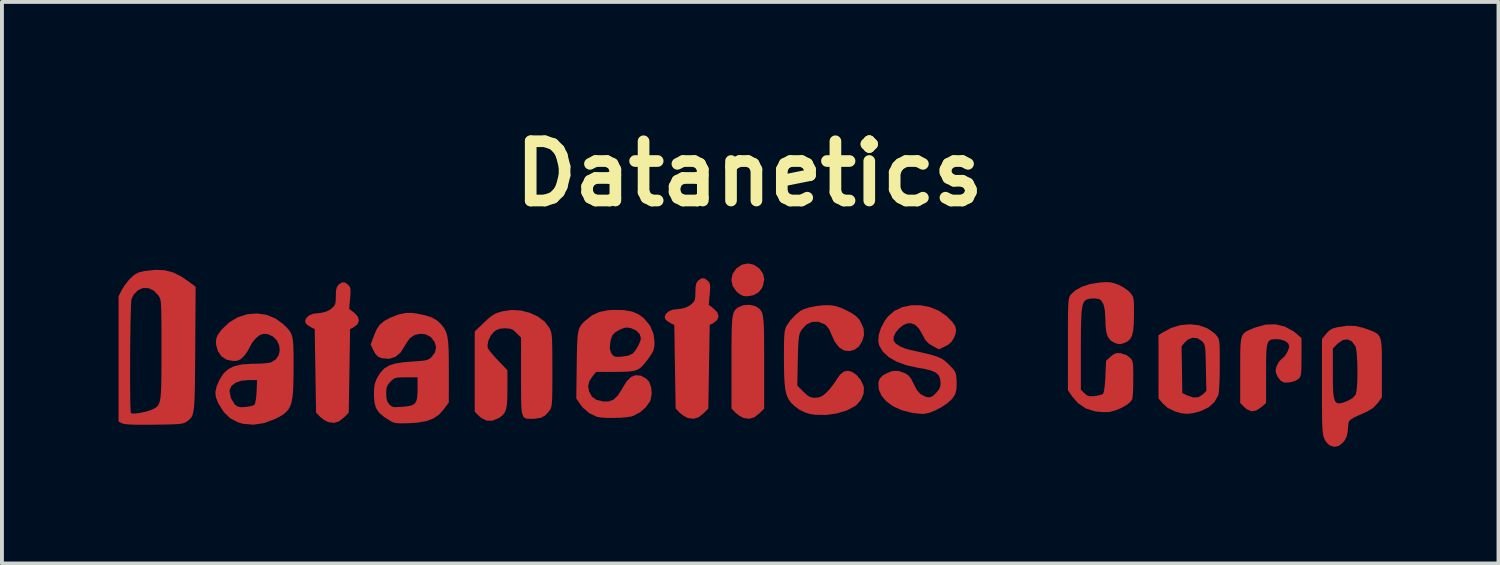
<source format=kicad_pcb>
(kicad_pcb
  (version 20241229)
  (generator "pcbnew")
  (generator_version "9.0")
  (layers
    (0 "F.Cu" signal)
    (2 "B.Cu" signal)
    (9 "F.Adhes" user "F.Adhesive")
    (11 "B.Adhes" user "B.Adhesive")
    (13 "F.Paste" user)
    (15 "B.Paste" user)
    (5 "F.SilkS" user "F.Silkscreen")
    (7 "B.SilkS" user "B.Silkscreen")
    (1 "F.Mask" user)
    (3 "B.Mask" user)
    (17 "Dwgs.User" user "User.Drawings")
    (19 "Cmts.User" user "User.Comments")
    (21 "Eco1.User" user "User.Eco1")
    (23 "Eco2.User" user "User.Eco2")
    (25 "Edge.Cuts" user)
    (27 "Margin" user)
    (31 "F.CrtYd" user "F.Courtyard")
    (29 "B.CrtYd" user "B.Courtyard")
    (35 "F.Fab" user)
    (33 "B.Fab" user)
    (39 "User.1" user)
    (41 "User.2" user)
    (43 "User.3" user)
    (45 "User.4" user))
  (footprint "Datanetics"
    (layer "F.Cu")
    (at 16.203 5.99)
    (property "Reference" "Datanetics" (at 0.022 -4.572 0) (layer "F.SilkS") (effects (font (size 1.524 1.524) (thickness 0.3))))
    (attr board_only exclude_from_pos_files exclude_from_bom)
    (fp_poly (pts (xy 0.136 -2.231) (xy 0.277 -2.135) (xy 0.278 -2.134) (xy 0.374 -2.002) (xy 0.405 -1.858) (xy 0.372 -1.694) (xy 0.341 -1.621) (xy 0.256 -1.518) (xy 0.127 -1.447) (xy -0.026 -1.418) (xy -0.131 -1.426) (xy -0.206 -1.46) (xy -0.293 -1.525) (xy -0.31 -1.542) (xy -0.408 -1.683) (xy -0.441 -1.837) (xy -0.41 -1.992) (xy -0.315 -2.132) (xy -0.313 -2.134) (xy -0.173 -2.231) (xy -0.018 -2.263)) (stroke (width 0) (type solid)) (fill yes) (layer "F.Cu"))
    (fp_poly (pts (xy 0.161 -1.171) (xy 0.214 -1.144) (xy 0.263 -1.11) (xy 0.302 -1.075) (xy 0.334 -1.029) (xy 0.358 -0.968) (xy 0.375 -0.882) (xy 0.388 -0.765) (xy 0.396 -0.609) (xy 0.4 -0.408) (xy 0.402 -0.154) (xy 0.403 0.16) (xy 0.403 0.285) (xy 0.403 1.47) (xy 0.28 1.591) (xy 0.151 1.693) (xy 0.024 1.732) (xy -0.116 1.714) (xy -0.129 1.709) (xy -0.229 1.659) (xy -0.327 1.582) (xy -0.339 1.57) (xy -0.438 1.467) (xy -0.438 0.283) (xy -0.438 -0.054) (xy -0.436 -0.328) (xy -0.433 -0.546) (xy -0.426 -0.716) (xy -0.415 -0.846) (xy -0.399 -0.941) (xy -0.378 -1.011) (xy -0.349 -1.061) (xy -0.312 -1.099) (xy -0.267 -1.133) (xy -0.249 -1.144) (xy -0.126 -1.191) (xy 0.022 -1.199)) (stroke (width 0) (type solid)) (fill yes) (layer "F.Cu"))
    (fp_poly (pts (xy -10.373 -1.771) (xy -10.297 -1.713) (xy -10.26 -1.67) (xy -10.241 -1.618) (xy -10.236 -1.541) (xy -10.243 -1.419) (xy -10.248 -1.367) (xy -10.272 -1.095) (xy -10.146 -0.999) (xy -10.049 -0.896) (xy -10.02 -0.794) (xy -10.057 -0.699) (xy -10.161 -0.619) (xy -10.164 -0.618) (xy -10.248 -0.576) (xy -10.265 0.5) (xy -10.283 1.575) (xy -10.405 1.697) (xy -10.535 1.798) (xy -10.661 1.837) (xy -10.802 1.819) (xy -10.815 1.815) (xy -10.914 1.764) (xy -11.013 1.687) (xy -11.025 1.675) (xy -11.123 1.572) (xy -11.141 0.497) (xy -11.158 -0.577) (xy -11.25 -0.621) (xy -11.335 -0.673) (xy -11.387 -0.72) (xy -11.406 -0.788) (xy -11.372 -0.863) (xy -11.3 -0.929) (xy -11.203 -0.968) (xy -11.173 -0.973) (xy -10.996 -0.992) (xy -10.869 -1.023) (xy -10.771 -1.071) (xy -10.722 -1.108) (xy -10.663 -1.163) (xy -10.631 -1.22) (xy -10.618 -1.301) (xy -10.615 -1.422) (xy -10.61 -1.559) (xy -10.591 -1.647) (xy -10.554 -1.708) (xy -10.545 -1.717) (xy -10.457 -1.778)) (stroke (width 0) (type solid)) (fill yes) (layer "F.Cu"))
    (fp_poly (pts (xy -1.124 -1.876) (xy -1.048 -1.818) (xy -1.011 -1.775) (xy -0.991 -1.724) (xy -0.987 -1.646) (xy -0.994 -1.525) (xy -0.998 -1.472) (xy -1.023 -1.2) (xy -0.897 -1.104) (xy -0.8 -1.002) (xy -0.771 -0.899) (xy -0.808 -0.804) (xy -0.912 -0.724) (xy -0.915 -0.723) (xy -0.998 -0.681) (xy -1.016 0.395) (xy -1.034 1.47) (xy -1.156 1.591) (xy -1.286 1.693) (xy -1.412 1.732) (xy -1.553 1.713) (xy -1.565 1.709) (xy -1.665 1.659) (xy -1.764 1.582) (xy -1.776 1.57) (xy -1.874 1.467) (xy -1.892 0.392) (xy -1.909 -0.682) (xy -2.001 -0.726) (xy -2.086 -0.778) (xy -2.138 -0.825) (xy -2.157 -0.893) (xy -2.123 -0.968) (xy -2.051 -1.034) (xy -1.954 -1.073) (xy -1.923 -1.078) (xy -1.746 -1.097) (xy -1.619 -1.128) (xy -1.522 -1.176) (xy -1.472 -1.213) (xy -1.414 -1.268) (xy -1.382 -1.325) (xy -1.369 -1.406) (xy -1.366 -1.527) (xy -1.361 -1.664) (xy -1.342 -1.752) (xy -1.305 -1.813) (xy -1.296 -1.822) (xy -1.208 -1.883)) (stroke (width 0) (type solid)) (fill yes) (layer "F.Cu"))
    (fp_poly (pts (xy 11.593 -0.672) (xy 11.805 -0.594) (xy 11.983 -0.469) (xy 12.034 -0.415) (xy 12.064 -0.376) (xy 12.087 -0.338) (xy 12.103 -0.288) (xy 12.113 -0.216) (xy 12.119 -0.111) (xy 12.121 0.037) (xy 12.122 0.24) (xy 12.122 0.348) (xy 12.12 0.598) (xy 12.113 0.812) (xy 12.103 0.98) (xy 12.09 1.092) (xy 12.082 1.125) (xy 11.988 1.298) (xy 11.836 1.436) (xy 11.628 1.534) (xy 11.602 1.543) (xy 11.42 1.59) (xy 11.269 1.605) (xy 11.122 1.587) (xy 10.966 1.541) (xy 10.783 1.453) (xy 10.66 1.342) (xy 10.546 1.209) (xy 10.546 0.397) (xy 10.546 -0.133) (xy 11.139 -0.133) (xy 11.149 0.468) (xy 11.158 1.069) (xy 11.281 1.13) (xy 11.441 1.184) (xy 11.576 1.175) (xy 11.688 1.103) (xy 11.776 1.015) (xy 11.765 0.422) (xy 11.761 0.205) (xy 11.755 0.047) (xy 11.748 -0.065) (xy 11.737 -0.14) (xy 11.72 -0.191) (xy 11.696 -0.23) (xy 11.669 -0.26) (xy 11.554 -0.338) (xy 11.426 -0.353) (xy 11.302 -0.306) (xy 11.231 -0.242) (xy 11.139 -0.133) (xy 10.546 -0.133) (xy 10.545 -0.416) (xy 10.642 -0.482) (xy 10.87 -0.605) (xy 11.113 -0.678) (xy 11.358 -0.699)) (stroke (width 0) (type solid)) (fill yes) (layer "F.Cu"))
    (fp_poly (pts (xy 13.796 -0.64) (xy 14.021 -0.516) (xy 14.095 -0.456) (xy 14.224 -0.343) (xy 14.224 0.144) (xy 14.223 0.341) (xy 14.219 0.48) (xy 14.211 0.574) (xy 14.197 0.635) (xy 14.176 0.676) (xy 14.156 0.699) (xy 14.057 0.759) (xy 13.925 0.796) (xy 13.793 0.8) (xy 13.76 0.794) (xy 13.681 0.744) (xy 13.61 0.652) (xy 13.565 0.546) (xy 13.558 0.492) (xy 13.582 0.381) (xy 13.642 0.267) (xy 13.72 0.184) (xy 13.737 0.173) (xy 13.797 0.116) (xy 13.856 0.021) (xy 13.898 -0.081) (xy 13.909 -0.139) (xy 13.877 -0.215) (xy 13.791 -0.275) (xy 13.67 -0.31) (xy 13.599 -0.315) (xy 13.511 -0.314) (xy 13.444 -0.304) (xy 13.393 -0.277) (xy 13.358 -0.225) (xy 13.335 -0.141) (xy 13.322 -0.017) (xy 13.315 0.157) (xy 13.313 0.388) (xy 13.313 0.568) (xy 13.313 1.324) (xy 13.189 1.433) (xy 13.058 1.52) (xy 12.937 1.538) (xy 12.819 1.489) (xy 12.755 1.434) (xy 12.647 1.326) (xy 12.647 0.476) (xy 12.647 0.197) (xy 12.649 -0.021) (xy 12.656 -0.187) (xy 12.671 -0.31) (xy 12.697 -0.399) (xy 12.737 -0.463) (xy 12.795 -0.51) (xy 12.873 -0.55) (xy 12.975 -0.593) (xy 13.025 -0.613) (xy 13.294 -0.69) (xy 13.552 -0.699)) (stroke (width 0) (type solid)) (fill yes) (layer "F.Cu"))
    (fp_poly (pts (xy -5.858 -1.053) (xy -5.625 -0.994) (xy -5.415 -0.897) (xy -5.242 -0.766) (xy -5.12 -0.605) (xy -5.116 -0.597) (xy -5.095 -0.551) (xy -5.078 -0.501) (xy -5.065 -0.437) (xy -5.057 -0.351) (xy -5.051 -0.234) (xy -5.047 -0.076) (xy -5.046 0.132) (xy -5.045 0.398) (xy -5.045 0.478) (xy -5.045 0.759) (xy -5.046 0.978) (xy -5.049 1.146) (xy -5.053 1.269) (xy -5.061 1.358) (xy -5.072 1.42) (xy -5.086 1.466) (xy -5.106 1.503) (xy -5.124 1.529) (xy -5.221 1.641) (xy -5.337 1.705) (xy -5.491 1.73) (xy -5.552 1.732) (xy -5.636 1.732) (xy -5.702 1.728) (xy -5.753 1.712) (xy -5.791 1.677) (xy -5.817 1.616) (xy -5.835 1.522) (xy -5.845 1.387) (xy -5.849 1.204) (xy -5.851 0.966) (xy -5.851 0.666) (xy -5.851 0.64) (xy -5.851 -0.357) (xy -5.97 -0.476) (xy -6.054 -0.551) (xy -6.134 -0.586) (xy -6.243 -0.595) (xy -6.265 -0.596) (xy -6.396 -0.585) (xy -6.492 -0.547) (xy -6.548 -0.505) (xy -6.631 -0.406) (xy -6.69 -0.281) (xy -6.714 -0.157) (xy -6.704 -0.083) (xy -6.671 -0.03) (xy -6.6 0.057) (xy -6.504 0.166) (xy -6.441 0.233) (xy -6.201 0.483) (xy -6.201 0.961) (xy -6.204 1.19) (xy -6.214 1.36) (xy -6.236 1.485) (xy -6.273 1.575) (xy -6.329 1.644) (xy -6.407 1.703) (xy -6.423 1.713) (xy -6.584 1.78) (xy -6.737 1.779) (xy -6.877 1.708) (xy -6.923 1.668) (xy -7.042 1.549) (xy -7.042 -0.514) (xy -6.805 -0.742) (xy -6.682 -0.856) (xy -6.584 -0.932) (xy -6.489 -0.982) (xy -6.376 -1.021) (xy -6.334 -1.032) (xy -6.099 -1.067)) (stroke (width 0) (type solid)) (fill yes) (layer "F.Cu"))
    (fp_poly (pts (xy 15.597 -0.656) (xy 15.798 -0.612) (xy 15.89 -0.581) (xy 16.014 -0.536) (xy 16.11 -0.495) (xy 16.181 -0.449) (xy 16.23 -0.388) (xy 16.262 -0.304) (xy 16.28 -0.186) (xy 16.289 -0.025) (xy 16.291 0.189) (xy 16.291 0.421) (xy 16.291 1.181) (xy 16.184 1.329) (xy 16.064 1.455) (xy 15.904 1.551) (xy 15.877 1.563) (xy 15.701 1.64) (xy 15.578 1.697) (xy 15.5 1.742) (xy 15.455 1.784) (xy 15.434 1.832) (xy 15.426 1.892) (xy 15.423 1.927) (xy 15.41 2.08) (xy 15.386 2.187) (xy 15.344 2.273) (xy 15.289 2.345) (xy 15.182 2.43) (xy 15.064 2.454) (xy 14.951 2.417) (xy 14.9 2.374) (xy 14.861 2.329) (xy 14.83 2.284) (xy 14.805 2.233) (xy 14.785 2.166) (xy 14.771 2.076) (xy 14.761 1.957) (xy 14.755 1.8) (xy 14.752 1.598) (xy 14.75 1.343) (xy 14.75 1.029) (xy 14.75 0.911) (xy 14.75 0.572) (xy 15.03 0.572) (xy 15.032 0.838) (xy 15.039 1.039) (xy 15.057 1.184) (xy 15.087 1.278) (xy 15.134 1.327) (xy 15.202 1.337) (xy 15.293 1.316) (xy 15.412 1.27) (xy 15.422 1.266) (xy 15.543 1.195) (xy 15.616 1.111) (xy 15.618 1.106) (xy 15.638 1.024) (xy 15.652 0.888) (xy 15.66 0.717) (xy 15.663 0.526) (xy 15.66 0.331) (xy 15.652 0.15) (xy 15.638 -0.003) (xy 15.619 -0.11) (xy 15.607 -0.141) (xy 15.518 -0.259) (xy 15.41 -0.31) (xy 15.29 -0.295) (xy 15.165 -0.211) (xy 15.149 -0.196) (xy 15.03 -0.077) (xy 15.03 0.572) (xy 14.75 0.572) (xy 14.75 -0.319) (xy 14.857 -0.453) (xy 14.937 -0.538) (xy 15.025 -0.59) (xy 15.15 -0.624) (xy 15.161 -0.626) (xy 15.394 -0.66)) (stroke (width 0) (type solid)) (fill yes) (layer "F.Cu"))
    (fp_poly (pts (xy 2.145 -1.185) (xy 2.26 -1.163) (xy 2.386 -1.118) (xy 2.509 -1.061) (xy 2.657 -0.984) (xy 2.759 -0.915) (xy 2.833 -0.839) (xy 2.878 -0.774) (xy 2.959 -0.597) (xy 2.972 -0.426) (xy 2.923 -0.262) (xy 2.836 -0.125) (xy 2.727 -0.044) (xy 2.601 -0.011) (xy 2.458 -0.025) (xy 2.33 -0.105) (xy 2.219 -0.249) (xy 2.139 -0.422) (xy 2.076 -0.566) (xy 2.007 -0.659) (xy 1.951 -0.703) (xy 1.791 -0.764) (xy 1.634 -0.76) (xy 1.49 -0.692) (xy 1.37 -0.564) (xy 1.34 -0.514) (xy 1.318 -0.46) (xy 1.3 -0.386) (xy 1.288 -0.281) (xy 1.278 -0.135) (xy 1.271 0.063) (xy 1.267 0.238) (xy 1.255 0.878) (xy 1.411 1.035) (xy 1.507 1.124) (xy 1.582 1.171) (xy 1.66 1.189) (xy 1.712 1.191) (xy 1.815 1.181) (xy 1.903 1.14) (xy 1.999 1.063) (xy 2.097 0.958) (xy 2.198 0.827) (xy 2.255 0.739) (xy 2.355 0.595) (xy 2.453 0.517) (xy 2.559 0.497) (xy 2.658 0.524) (xy 2.778 0.604) (xy 2.883 0.729) (xy 2.953 0.872) (xy 2.968 0.93) (xy 2.96 1.089) (xy 2.893 1.245) (xy 2.775 1.378) (xy 2.74 1.405) (xy 2.529 1.517) (xy 2.275 1.594) (xy 2 1.633) (xy 1.722 1.629) (xy 1.58 1.609) (xy 1.447 1.567) (xy 1.317 1.502) (xy 1.295 1.488) (xy 1.184 1.405) (xy 1.096 1.323) (xy 1.029 1.231) (xy 0.98 1.12) (xy 0.947 0.981) (xy 0.927 0.804) (xy 0.916 0.58) (xy 0.912 0.298) (xy 0.911 0.183) (xy 0.912 -0.063) (xy 0.914 -0.25) (xy 0.919 -0.388) (xy 0.928 -0.488) (xy 0.941 -0.561) (xy 0.959 -0.618) (xy 0.978 -0.658) (xy 1.073 -0.797) (xy 1.213 -0.943) (xy 1.336 -1.045) (xy 1.429 -1.091) (xy 1.571 -1.133) (xy 1.74 -1.167) (xy 1.913 -1.187) (xy 2.014 -1.191)) (stroke (width 0) (type solid)) (fill yes) (layer "F.Cu"))
    (fp_poly (pts (xy -15.026 -2.09) (xy -14.814 -2.038) (xy -14.604 -1.936) (xy -14.401 -1.799) (xy -14.221 -1.664) (xy -14.231 -0.07) (xy -14.234 0.321) (xy -14.237 0.648) (xy -14.24 0.918) (xy -14.246 1.137) (xy -14.253 1.31) (xy -14.264 1.445) (xy -14.279 1.547) (xy -14.298 1.624) (xy -14.322 1.68) (xy -14.352 1.722) (xy -14.389 1.758) (xy -14.433 1.792) (xy -14.445 1.801) (xy -14.483 1.826) (xy -14.527 1.844) (xy -14.587 1.858) (xy -14.673 1.867) (xy -14.797 1.874) (xy -14.966 1.879) (xy -15.192 1.882) (xy -15.286 1.884) (xy -15.558 1.886) (xy -15.768 1.884) (xy -15.923 1.879) (xy -16.03 1.869) (xy -16.097 1.855) (xy -16.116 1.847) (xy -16.203 1.802) (xy -16.203 0.504) (xy -15.907 0.504) (xy -15.907 0.768) (xy -15.905 1.009) (xy -15.903 1.22) (xy -15.899 1.391) (xy -15.894 1.514) (xy -15.887 1.579) (xy -15.884 1.586) (xy -15.833 1.598) (xy -15.735 1.592) (xy -15.612 1.573) (xy -15.484 1.543) (xy -15.372 1.507) (xy -15.354 1.499) (xy -15.291 1.47) (xy -15.24 1.441) (xy -15.198 1.404) (xy -15.166 1.352) (xy -15.142 1.279) (xy -15.124 1.178) (xy -15.113 1.042) (xy -15.105 0.864) (xy -15.102 0.638) (xy -15.1 0.356) (xy -15.1 0.012) (xy -15.1 -0.046) (xy -15.1 -0.378) (xy -15.1 -0.648) (xy -15.102 -0.862) (xy -15.104 -1.028) (xy -15.109 -1.153) (xy -15.115 -1.246) (xy -15.124 -1.311) (xy -15.136 -1.359) (xy -15.152 -1.395) (xy -15.171 -1.426) (xy -15.18 -1.44) (xy -15.298 -1.565) (xy -15.433 -1.628) (xy -15.573 -1.632) (xy -15.704 -1.576) (xy -15.813 -1.464) (xy -15.868 -1.355) (xy -15.876 -1.302) (xy -15.883 -1.189) (xy -15.889 -1.027) (xy -15.894 -0.822) (xy -15.898 -0.586) (xy -15.902 -0.326) (xy -15.905 -0.051) (xy -15.906 0.228) (xy -15.907 0.504) (xy -16.203 0.504) (xy -16.203 -1.419) (xy -16.12 -1.583) (xy -16.043 -1.706) (xy -15.943 -1.834) (xy -15.89 -1.89) (xy -15.787 -1.98) (xy -15.687 -2.032) (xy -15.557 -2.064) (xy -15.536 -2.068) (xy -15.26 -2.099)) (stroke (width 0) (type solid)) (fill yes) (layer "F.Cu"))
    (fp_poly (pts (xy -12.397 -0.942) (xy -12.166 -0.848) (xy -11.975 -0.708) (xy -11.889 -0.627) (xy -11.824 -0.556) (xy -11.776 -0.486) (xy -11.742 -0.404) (xy -11.721 -0.301) (xy -11.709 -0.165) (xy -11.703 0.014) (xy -11.702 0.246) (xy -11.702 0.392) (xy -11.704 0.704) (xy -11.711 0.955) (xy -11.727 1.153) (xy -11.754 1.307) (xy -11.797 1.427) (xy -11.857 1.521) (xy -11.938 1.598) (xy -12.043 1.667) (xy -12.171 1.734) (xy -12.456 1.842) (xy -12.736 1.884) (xy -13.006 1.86) (xy -13.138 1.821) (xy -13.331 1.719) (xy -13.494 1.562) (xy -13.632 1.345) (xy -13.647 1.314) (xy -13.702 1.171) (xy -13.713 1.038) (xy -13.707 1.015) (xy -13.348 1.015) (xy -13.316 1.197) (xy -13.223 1.35) (xy -13.205 1.369) (xy -13.148 1.414) (xy -13.079 1.432) (xy -12.971 1.431) (xy -12.94 1.429) (xy -12.826 1.412) (xy -12.738 1.388) (xy -12.708 1.37) (xy -12.686 1.316) (xy -12.667 1.208) (xy -12.654 1.065) (xy -12.653 1.032) (xy -12.64 0.736) (xy -12.863 0.736) (xy -13.05 0.754) (xy -13.199 0.807) (xy -13.301 0.888) (xy -13.347 0.991) (xy -13.348 1.015) (xy -13.707 1.015) (xy -13.679 0.893) (xy -13.61 0.736) (xy -13.51 0.575) (xy -13.387 0.458) (xy -13.231 0.379) (xy -13.031 0.334) (xy -12.777 0.317) (xy -12.729 0.316) (xy -12.568 0.313) (xy -12.426 0.304) (xy -12.321 0.291) (xy -12.285 0.282) (xy -12.16 0.205) (xy -12.085 0.096) (xy -12.057 -0.031) (xy -12.074 -0.162) (xy -12.131 -0.283) (xy -12.226 -0.381) (xy -12.355 -0.442) (xy -12.464 -0.455) (xy -12.564 -0.425) (xy -12.671 -0.343) (xy -12.768 -0.224) (xy -12.832 -0.105) (xy -12.89 0.002) (xy -12.971 0.111) (xy -12.989 0.131) (xy -13.074 0.207) (xy -13.16 0.24) (xy -13.252 0.245) (xy -13.42 0.214) (xy -13.556 0.126) (xy -13.65 -0.01) (xy -13.696 -0.183) (xy -13.698 -0.242) (xy -13.689 -0.336) (xy -13.652 -0.424) (xy -13.578 -0.529) (xy -13.55 -0.564) (xy -13.356 -0.749) (xy -13.133 -0.881) (xy -12.892 -0.958) (xy -12.643 -0.978)) (stroke (width 0) (type solid)) (fill yes) (layer "F.Cu"))
    (fp_poly (pts (xy -3.213 -1.065) (xy -2.996 -1.027) (xy -2.82 -0.952) (xy -2.688 -0.851) (xy -2.532 -0.662) (xy -2.443 -0.453) (xy -2.418 -0.252) (xy -2.422 -0.136) (xy -2.441 -0.043) (xy -2.483 0.048) (xy -2.557 0.159) (xy -2.618 0.24) (xy -2.703 0.346) (xy -2.78 0.421) (xy -2.864 0.472) (xy -2.968 0.503) (xy -3.107 0.519) (xy -3.294 0.525) (xy -3.431 0.526) (xy -3.918 0.526) (xy -4.008 0.633) (xy -4.097 0.768) (xy -4.125 0.897) (xy -4.099 1.033) (xy -4.028 1.161) (xy -3.911 1.244) (xy -3.745 1.287) (xy -3.596 1.287) (xy -3.472 1.238) (xy -3.361 1.133) (xy -3.254 0.966) (xy -3.244 0.948) (xy -3.136 0.772) (xy -3.028 0.662) (xy -2.914 0.612) (xy -2.786 0.62) (xy -2.754 0.63) (xy -2.623 0.704) (xy -2.555 0.783) (xy -2.503 0.923) (xy -2.49 1.087) (xy -2.517 1.241) (xy -2.537 1.289) (xy -2.646 1.44) (xy -2.796 1.569) (xy -2.962 1.656) (xy -3.005 1.67) (xy -3.126 1.691) (xy -3.288 1.705) (xy -3.469 1.711) (xy -3.646 1.709) (xy -3.797 1.699) (xy -3.897 1.682) (xy -4.097 1.587) (xy -4.268 1.438) (xy -4.33 1.358) (xy -4.43 1.209) (xy -4.419 0.351) (xy -4.415 0.068) (xy -4.411 -0.067) (xy -3.567 -0.067) (xy -3.538 0.029) (xy -3.522 0.056) (xy -3.482 0.107) (xy -3.436 0.133) (xy -3.36 0.139) (xy -3.256 0.133) (xy -3.087 0.106) (xy -2.98 0.054) (xy -2.976 0.05) (xy -2.903 -0.035) (xy -2.835 -0.149) (xy -2.785 -0.262) (xy -2.768 -0.341) (xy -2.8 -0.449) (xy -2.89 -0.539) (xy -3.017 -0.597) (xy -3.116 -0.616) (xy -3.199 -0.606) (xy -3.303 -0.564) (xy -3.314 -0.559) (xy -3.429 -0.493) (xy -3.5 -0.417) (xy -3.541 -0.309) (xy -3.561 -0.195) (xy -3.567 -0.067) (xy -4.411 -0.067) (xy -4.409 -0.154) (xy -4.401 -0.325) (xy -4.388 -0.454) (xy -4.368 -0.551) (xy -4.34 -0.625) (xy -4.302 -0.686) (xy -4.252 -0.742) (xy -4.198 -0.793) (xy -4.027 -0.928) (xy -3.84 -1.014) (xy -3.62 -1.059) (xy -3.482 -1.069)) (stroke (width 0) (type solid)) (fill yes) (layer "F.Cu"))
    (fp_poly (pts (xy 4.668 -1.141) (xy 4.897 -1.046) (xy 5.101 -0.903) (xy 5.118 -0.887) (xy 5.245 -0.757) (xy 5.318 -0.648) (xy 5.341 -0.545) (xy 5.32 -0.434) (xy 5.295 -0.372) (xy 5.23 -0.256) (xy 5.143 -0.177) (xy 5.063 -0.133) (xy 4.901 -0.054) (xy 4.736 -0.141) (xy 4.63 -0.208) (xy 4.554 -0.289) (xy 4.485 -0.41) (xy 4.477 -0.428) (xy 4.383 -0.59) (xy 4.284 -0.688) (xy 4.173 -0.727) (xy 4.088 -0.722) (xy 3.976 -0.676) (xy 3.871 -0.591) (xy 3.785 -0.486) (xy 3.734 -0.376) (xy 3.731 -0.281) (xy 3.731 -0.281) (xy 3.788 -0.203) (xy 3.898 -0.13) (xy 4.048 -0.068) (xy 4.152 -0.041) (xy 4.409 0.016) (xy 4.608 0.062) (xy 4.761 0.103) (xy 4.876 0.143) (xy 4.967 0.185) (xy 5.042 0.235) (xy 5.113 0.297) (xy 5.186 0.369) (xy 5.269 0.458) (xy 5.317 0.529) (xy 5.34 0.61) (xy 5.352 0.728) (xy 5.354 0.766) (xy 5.352 0.954) (xy 5.317 1.098) (xy 5.238 1.219) (xy 5.12 1.327) (xy 4.967 1.432) (xy 4.8 1.519) (xy 4.639 1.581) (xy 4.505 1.607) (xy 4.484 1.607) (xy 4.374 1.599) (xy 4.239 1.582) (xy 4.183 1.574) (xy 3.936 1.51) (xy 3.722 1.412) (xy 3.548 1.286) (xy 3.421 1.138) (xy 3.35 0.976) (xy 3.34 0.807) (xy 3.344 0.787) (xy 3.376 0.698) (xy 3.444 0.626) (xy 3.517 0.579) (xy 3.689 0.506) (xy 3.854 0.5) (xy 4.025 0.558) (xy 4.111 0.615) (xy 4.178 0.695) (xy 4.241 0.819) (xy 4.249 0.837) (xy 4.332 0.995) (xy 4.426 1.098) (xy 4.545 1.16) (xy 4.598 1.175) (xy 4.667 1.181) (xy 4.732 1.152) (xy 4.815 1.077) (xy 4.817 1.076) (xy 4.898 0.981) (xy 4.934 0.894) (xy 4.94 0.817) (xy 4.928 0.698) (xy 4.888 0.607) (xy 4.81 0.539) (xy 4.685 0.487) (xy 4.504 0.444) (xy 4.362 0.421) (xy 4.067 0.357) (xy 3.814 0.265) (xy 3.608 0.146) (xy 3.456 0.006) (xy 3.363 -0.151) (xy 3.338 -0.256) (xy 3.348 -0.42) (xy 3.406 -0.605) (xy 3.504 -0.789) (xy 3.586 -0.899) (xy 3.752 -1.044) (xy 3.956 -1.14) (xy 4.185 -1.188) (xy 4.427 -1.188)) (stroke (width 0) (type solid)) (fill yes) (layer "F.Cu"))
    (fp_poly (pts (xy 9.299 -1.779) (xy 9.397 -1.758) (xy 9.508 -1.718) (xy 9.51 -1.718) (xy 9.642 -1.65) (xy 9.761 -1.566) (xy 9.81 -1.519) (xy 9.853 -1.468) (xy 9.882 -1.421) (xy 9.9 -1.364) (xy 9.91 -1.283) (xy 9.914 -1.163) (xy 9.915 -0.989) (xy 9.915 -0.953) (xy 9.91 -0.715) (xy 9.894 -0.537) (xy 9.864 -0.407) (xy 9.815 -0.316) (xy 9.744 -0.254) (xy 9.666 -0.217) (xy 9.57 -0.189) (xy 9.488 -0.196) (xy 9.411 -0.224) (xy 9.312 -0.284) (xy 9.243 -0.376) (xy 9.201 -0.509) (xy 9.182 -0.693) (xy 9.179 -0.824) (xy 9.167 -1.049) (xy 9.132 -1.21) (xy 9.072 -1.311) (xy 9.02 -1.345) (xy 8.912 -1.364) (xy 8.789 -1.36) (xy 8.69 -1.332) (xy 8.652 -1.305) (xy 8.621 -1.263) (xy 8.597 -1.2) (xy 8.578 -1.108) (xy 8.565 -0.981) (xy 8.557 -0.81) (xy 8.551 -0.59) (xy 8.549 -0.312) (xy 8.548 -0.046) (xy 8.548 0.984) (xy 8.639 1.074) (xy 8.704 1.129) (xy 8.771 1.152) (xy 8.872 1.151) (xy 8.903 1.148) (xy 9.013 1.13) (xy 9.096 1.104) (xy 9.12 1.089) (xy 9.14 1.035) (xy 9.158 0.922) (xy 9.173 0.761) (xy 9.179 0.644) (xy 9.197 0.239) (xy 9.315 0.133) (xy 9.402 0.066) (xy 9.478 0.041) (xy 9.575 0.046) (xy 9.718 0.092) (xy 9.806 0.156) (xy 9.844 0.196) (xy 9.869 0.238) (xy 9.885 0.296) (xy 9.893 0.382) (xy 9.897 0.511) (xy 9.897 0.693) (xy 9.895 0.871) (xy 9.89 1.03) (xy 9.882 1.153) (xy 9.872 1.224) (xy 9.872 1.226) (xy 9.821 1.3) (xy 9.721 1.379) (xy 9.588 1.454) (xy 9.443 1.515) (xy 9.302 1.553) (xy 9.257 1.559) (xy 9.119 1.56) (xy 8.964 1.548) (xy 8.907 1.54) (xy 8.673 1.465) (xy 8.475 1.33) (xy 8.332 1.166) (xy 8.216 0.998) (xy 8.216 -0.181) (xy 8.216 -0.501) (xy 8.217 -0.758) (xy 8.218 -0.959) (xy 8.222 -1.114) (xy 8.227 -1.229) (xy 8.234 -1.311) (xy 8.244 -1.369) (xy 8.258 -1.41) (xy 8.275 -1.442) (xy 8.287 -1.46) (xy 8.405 -1.571) (xy 8.577 -1.665) (xy 8.788 -1.734) (xy 9.025 -1.772) (xy 9.031 -1.773) (xy 9.186 -1.783)) (stroke (width 0) (type solid)) (fill yes) (layer "F.Cu"))
    (fp_poly (pts (xy -8.635 -0.99) (xy -8.531 -0.975) (xy -8.307 -0.927) (xy -8.139 -0.87) (xy -8.011 -0.797) (xy -7.909 -0.701) (xy -7.906 -0.698) (xy -7.847 -0.624) (xy -7.801 -0.548) (xy -7.766 -0.463) (xy -7.741 -0.357) (xy -7.724 -0.222) (xy -7.714 -0.048) (xy -7.71 0.176) (xy -7.708 0.458) (xy -7.708 0.512) (xy -7.709 1.314) (xy -7.834 1.483) (xy -7.957 1.622) (xy -8.102 1.722) (xy -8.281 1.79) (xy -8.506 1.83) (xy -8.719 1.845) (xy -8.896 1.849) (xy -9.019 1.847) (xy -9.105 1.835) (xy -9.17 1.812) (xy -9.198 1.797) (xy -9.378 1.682) (xy -9.502 1.575) (xy -9.58 1.46) (xy -9.621 1.321) (xy -9.634 1.144) (xy -9.634 1.101) (xy -9.634 1.082) (xy -9.319 1.082) (xy -9.312 1.212) (xy -9.284 1.3) (xy -9.24 1.359) (xy -9.195 1.402) (xy -9.146 1.426) (xy -9.075 1.433) (xy -8.962 1.428) (xy -8.899 1.423) (xy -8.752 1.407) (xy -8.657 1.385) (xy -8.597 1.351) (xy -8.575 1.328) (xy -8.542 1.27) (xy -8.523 1.185) (xy -8.514 1.055) (xy -8.513 0.96) (xy -8.513 0.666) (xy -8.807 0.666) (xy -8.952 0.667) (xy -9.047 0.675) (xy -9.11 0.694) (xy -9.162 0.731) (xy -9.21 0.777) (xy -9.275 0.854) (xy -9.308 0.929) (xy -9.319 1.033) (xy -9.319 1.082) (xy -9.634 1.082) (xy -9.63 0.945) (xy -9.612 0.83) (xy -9.576 0.729) (xy -9.544 0.666) (xy -9.459 0.532) (xy -9.362 0.432) (xy -9.241 0.36) (xy -9.084 0.31) (xy -8.88 0.278) (xy -8.641 0.259) (xy -8.466 0.247) (xy -8.347 0.235) (xy -8.266 0.217) (xy -8.21 0.191) (xy -8.161 0.153) (xy -8.156 0.148) (xy -8.063 0.023) (xy -8.037 -0.113) (xy -8.073 -0.241) (xy -8.171 -0.37) (xy -8.303 -0.44) (xy -8.429 -0.455) (xy -8.587 -0.426) (xy -8.716 -0.336) (xy -8.821 -0.181) (xy -8.832 -0.159) (xy -8.945 0.023) (xy -9.082 0.139) (xy -9.243 0.19) (xy -9.427 0.175) (xy -9.444 0.17) (xy -9.533 0.131) (xy -9.6 0.059) (xy -9.643 -0.02) (xy -9.719 -0.175) (xy -9.64 -0.393) (xy -9.565 -0.569) (xy -9.478 -0.695) (xy -9.362 -0.79) (xy -9.214 -0.868) (xy -9.003 -0.951) (xy -8.819 -0.99)) (stroke (width 0) (type solid)) (fill yes) (layer "F.Cu")))
  (gr_rect
    (start -3 -3)
    (end 35.494 11.444)
    (stroke (width 0.1) (type default))
    (fill no)
    (layer "Edge.Cuts")))
</source>
